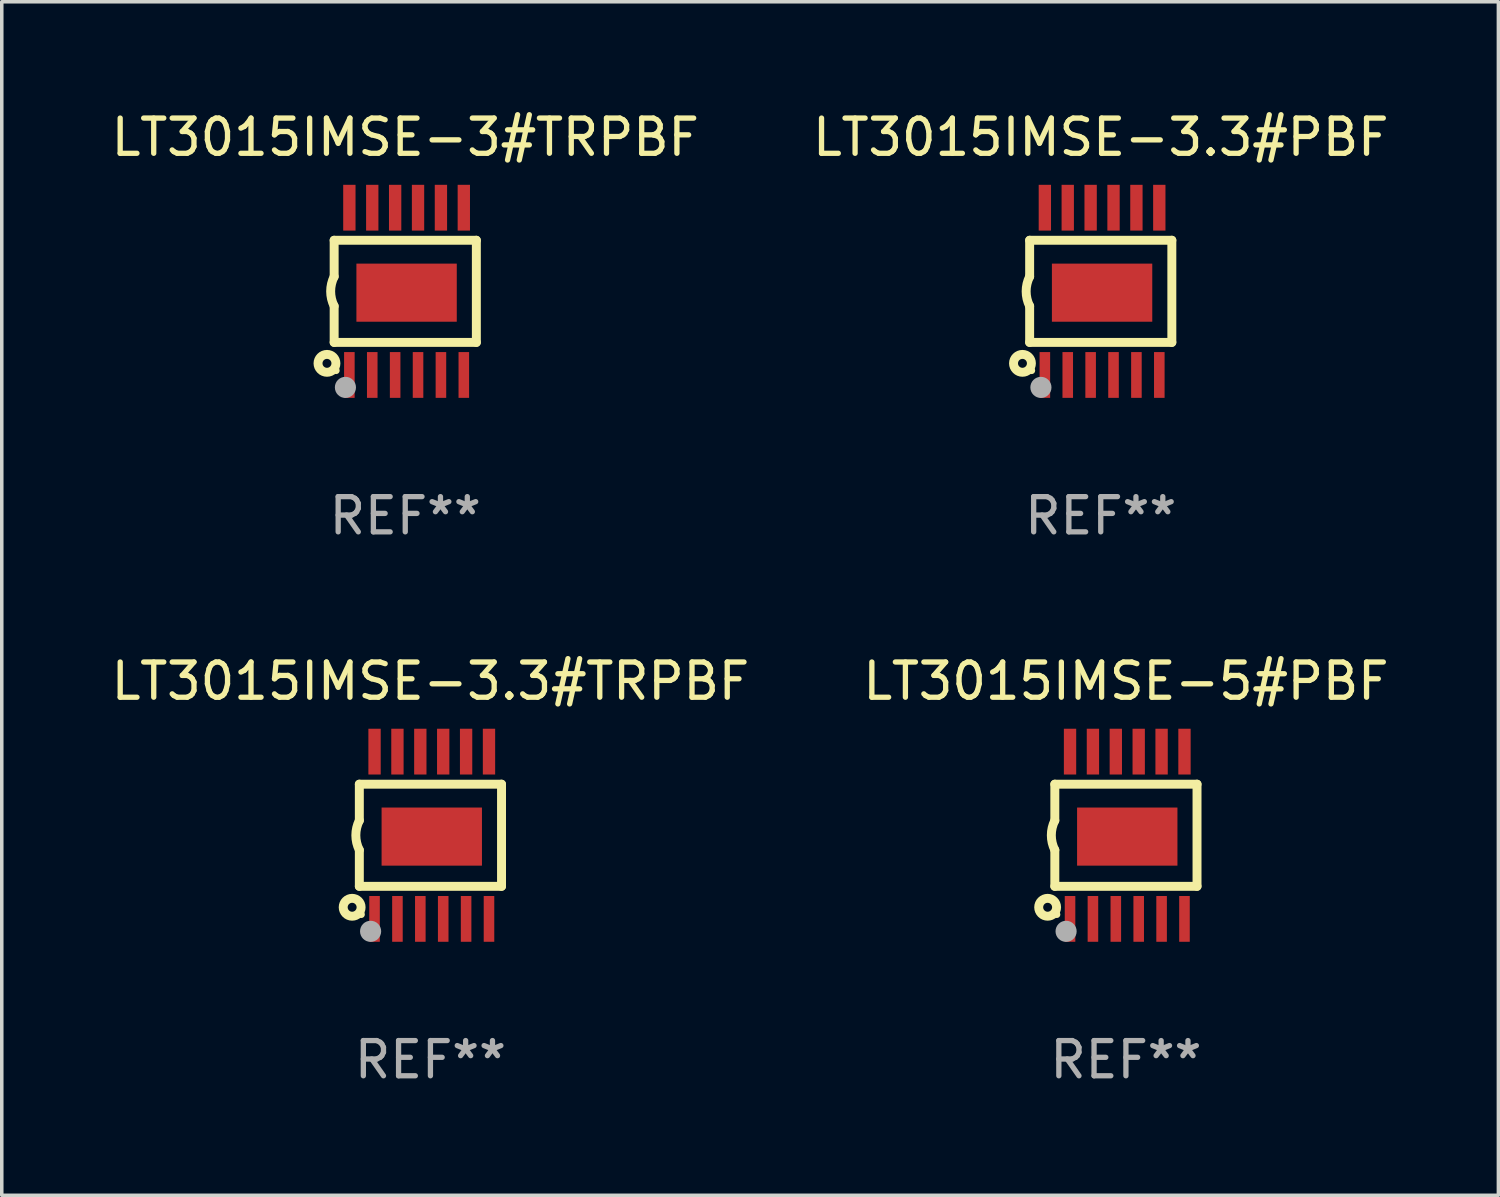
<source format=kicad_pcb>
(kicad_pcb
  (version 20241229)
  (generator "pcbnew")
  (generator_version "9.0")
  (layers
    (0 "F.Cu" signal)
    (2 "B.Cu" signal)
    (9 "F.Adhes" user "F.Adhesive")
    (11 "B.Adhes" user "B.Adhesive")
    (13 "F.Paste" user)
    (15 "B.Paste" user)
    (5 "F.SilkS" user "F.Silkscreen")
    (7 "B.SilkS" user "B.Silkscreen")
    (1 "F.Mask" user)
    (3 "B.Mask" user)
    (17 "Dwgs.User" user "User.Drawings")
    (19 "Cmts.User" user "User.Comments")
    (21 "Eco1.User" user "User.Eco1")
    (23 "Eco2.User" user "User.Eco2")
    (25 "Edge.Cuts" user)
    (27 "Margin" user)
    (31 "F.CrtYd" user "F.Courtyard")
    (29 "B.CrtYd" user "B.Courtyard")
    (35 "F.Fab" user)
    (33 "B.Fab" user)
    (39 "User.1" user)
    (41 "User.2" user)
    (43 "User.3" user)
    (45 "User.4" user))
  (footprint "LT3015IMSE-5#PBF"
    (layer "F.Cu")
    (at 28.923 20.669)
    (property "Reference" "LT3015IMSE-5#PBF" (at 0 -4.375 0) (layer "F.SilkS") (effects (font (size 1 1) (thickness 0.15))))
    (attr through_hole)
    (fp_line (start -2.019 -1.45) (end -2.019 -0.419) (stroke (width 0.254) (type solid)) (layer "F.SilkS"))
    (fp_line (start -2.019 1.45) (end -2.019 0.419) (stroke (width 0.254) (type solid)) (layer "F.SilkS"))
    (fp_line (start -2.019 1.45) (end 2.019 1.45) (stroke (width 0.254) (type solid)) (layer "F.SilkS"))
    (fp_line (start 2.019 -1.45) (end -2.019 -1.45) (stroke (width 0.254) (type solid)) (layer "F.SilkS"))
    (fp_line (start 2.019 -1.45) (end 2.019 1.45) (stroke (width 0.254) (type solid)) (layer "F.SilkS"))
    (fp_arc (start -2.019304 0.419101) (mid -2.11824 0) (end -2.019304 -0.419101) (stroke (width 0.254001) (type solid)) (layer "F.SilkS"))
    (fp_circle (center -2.223 2.045) (end -1.969 2.045) (stroke (width 0.254) (type solid)) (fill no) (layer "F.SilkS"))
    (fp_circle (center -1.962 2.25) (end -1.912 2.25) (stroke (width 0.1) (type solid)) (fill no) (layer "F.SilkS"))
    (fp_circle (center -1.699 2.728) (end -1.549 2.728) (stroke (width 0.3) (type solid)) (fill no) (layer "F.Fab"))
    (fp_text user "REF**" (at 0 6.375 0) (layer "F.Fab") (effects (font (size 1 1) (thickness 0.15))))
    (pad "1" smd rect (at -1.587 2.375) (size 0.3 1.3) (layers "F.Cu" "F.Mask" "F.Paste"))
    (pad "2" smd rect (at -0.937 2.375) (size 0.3 1.3) (layers "F.Cu" "F.Mask" "F.Paste"))
    (pad "3" smd rect (at -0.287 2.375) (size 0.3 1.3) (layers "F.Cu" "F.Mask" "F.Paste"))
    (pad "4" smd rect (at 0.363 2.375) (size 0.3 1.3) (layers "F.Cu" "F.Mask" "F.Paste"))
    (pad "5" smd rect (at 1.013 2.375) (size 0.3 1.3) (layers "F.Cu" "F.Mask" "F.Paste"))
    (pad "6" smd rect (at 1.663 2.375) (size 0.3 1.3) (layers "F.Cu" "F.Mask" "F.Paste"))
    (pad "7" smd rect (at 1.663 -2.375) (size 0.35 1.3) (layers "F.Cu" "F.Mask" "F.Paste"))
    (pad "8" smd rect (at 1.013 -2.375) (size 0.35 1.3) (layers "F.Cu" "F.Mask" "F.Paste"))
    (pad "9" smd rect (at 0.363 -2.375) (size 0.35 1.3) (layers "F.Cu" "F.Mask" "F.Paste"))
    (pad "10" smd rect (at -0.287 -2.375) (size 0.35 1.3) (layers "F.Cu" "F.Mask" "F.Paste"))
    (pad "11" smd rect (at -0.937 -2.375) (size 0.35 1.3) (layers "F.Cu" "F.Mask" "F.Paste"))
    (pad "12" smd rect (at -1.587 -2.375) (size 0.35 1.3) (layers "F.Cu" "F.Mask" "F.Paste"))
    (pad "13" smd rect (at 0.038 0.038) (size 2.85 1.65) (layers "F.Cu" "F.Mask" "F.Paste")))
  (footprint "LT3015IMSE-3.3#TRPBF"
    (layer "F.Cu")
    (at 9.173 20.669)
    (property "Reference" "LT3015IMSE-3.3#TRPBF" (at 0 -4.375 0) (layer "F.SilkS") (effects (font (size 1 1) (thickness 0.15))))
    (attr through_hole)
    (fp_line (start -2.019 -1.45) (end -2.019 -0.419) (stroke (width 0.254) (type solid)) (layer "F.SilkS"))
    (fp_line (start -2.019 1.45) (end -2.019 0.419) (stroke (width 0.254) (type solid)) (layer "F.SilkS"))
    (fp_line (start -2.019 1.45) (end 2.019 1.45) (stroke (width 0.254) (type solid)) (layer "F.SilkS"))
    (fp_line (start 2.019 -1.45) (end -2.019 -1.45) (stroke (width 0.254) (type solid)) (layer "F.SilkS"))
    (fp_line (start 2.019 -1.45) (end 2.019 1.45) (stroke (width 0.254) (type solid)) (layer "F.SilkS"))
    (fp_arc (start -2.019304 0.419101) (mid -2.11824 0) (end -2.019304 -0.419101) (stroke (width 0.254001) (type solid)) (layer "F.SilkS"))
    (fp_circle (center -2.223 2.045) (end -1.969 2.045) (stroke (width 0.254) (type solid)) (fill no) (layer "F.SilkS"))
    (fp_circle (center -1.962 2.25) (end -1.912 2.25) (stroke (width 0.1) (type solid)) (fill no) (layer "F.SilkS"))
    (fp_circle (center -1.699 2.728) (end -1.549 2.728) (stroke (width 0.3) (type solid)) (fill no) (layer "F.Fab"))
    (fp_text user "REF**" (at 0 6.375 0) (layer "F.Fab") (effects (font (size 1 1) (thickness 0.15))))
    (pad "1" smd rect (at -1.587 2.375) (size 0.3 1.3) (layers "F.Cu" "F.Mask" "F.Paste"))
    (pad "2" smd rect (at -0.937 2.375) (size 0.3 1.3) (layers "F.Cu" "F.Mask" "F.Paste"))
    (pad "3" smd rect (at -0.287 2.375) (size 0.3 1.3) (layers "F.Cu" "F.Mask" "F.Paste"))
    (pad "4" smd rect (at 0.363 2.375) (size 0.3 1.3) (layers "F.Cu" "F.Mask" "F.Paste"))
    (pad "5" smd rect (at 1.013 2.375) (size 0.3 1.3) (layers "F.Cu" "F.Mask" "F.Paste"))
    (pad "6" smd rect (at 1.663 2.375) (size 0.3 1.3) (layers "F.Cu" "F.Mask" "F.Paste"))
    (pad "7" smd rect (at 1.663 -2.375) (size 0.35 1.3) (layers "F.Cu" "F.Mask" "F.Paste"))
    (pad "8" smd rect (at 1.013 -2.375) (size 0.35 1.3) (layers "F.Cu" "F.Mask" "F.Paste"))
    (pad "9" smd rect (at 0.363 -2.375) (size 0.35 1.3) (layers "F.Cu" "F.Mask" "F.Paste"))
    (pad "10" smd rect (at -0.287 -2.375) (size 0.35 1.3) (layers "F.Cu" "F.Mask" "F.Paste"))
    (pad "11" smd rect (at -0.937 -2.375) (size 0.35 1.3) (layers "F.Cu" "F.Mask" "F.Paste"))
    (pad "12" smd rect (at -1.587 -2.375) (size 0.35 1.3) (layers "F.Cu" "F.Mask" "F.Paste"))
    (pad "13" smd rect (at 0.038 0.038) (size 2.85 1.65) (layers "F.Cu" "F.Mask" "F.Paste")))
  (footprint "LT3015IMSE-3.3#PBF"
    (layer "F.Cu")
    (at 28.208 5.223)
    (property "Reference" "LT3015IMSE-3.3#PBF" (at 0 -4.375 0) (layer "F.SilkS") (effects (font (size 1 1) (thickness 0.15))))
    (attr through_hole)
    (fp_line (start -2.019 -1.45) (end -2.019 -0.419) (stroke (width 0.254) (type solid)) (layer "F.SilkS"))
    (fp_line (start -2.019 1.45) (end -2.019 0.419) (stroke (width 0.254) (type solid)) (layer "F.SilkS"))
    (fp_line (start -2.019 1.45) (end 2.019 1.45) (stroke (width 0.254) (type solid)) (layer "F.SilkS"))
    (fp_line (start 2.019 -1.45) (end -2.019 -1.45) (stroke (width 0.254) (type solid)) (layer "F.SilkS"))
    (fp_line (start 2.019 -1.45) (end 2.019 1.45) (stroke (width 0.254) (type solid)) (layer "F.SilkS"))
    (fp_arc (start -2.019304 0.419101) (mid -2.11824 0) (end -2.019304 -0.419101) (stroke (width 0.254001) (type solid)) (layer "F.SilkS"))
    (fp_circle (center -2.223 2.045) (end -1.969 2.045) (stroke (width 0.254) (type solid)) (fill no) (layer "F.SilkS"))
    (fp_circle (center -1.962 2.25) (end -1.912 2.25) (stroke (width 0.1) (type solid)) (fill no) (layer "F.SilkS"))
    (fp_circle (center -1.699 2.728) (end -1.549 2.728) (stroke (width 0.3) (type solid)) (fill no) (layer "F.Fab"))
    (fp_text user "REF**" (at 0 6.375 0) (layer "F.Fab") (effects (font (size 1 1) (thickness 0.15))))
    (pad "1" smd rect (at -1.587 2.375) (size 0.3 1.3) (layers "F.Cu" "F.Mask" "F.Paste"))
    (pad "2" smd rect (at -0.937 2.375) (size 0.3 1.3) (layers "F.Cu" "F.Mask" "F.Paste"))
    (pad "3" smd rect (at -0.287 2.375) (size 0.3 1.3) (layers "F.Cu" "F.Mask" "F.Paste"))
    (pad "4" smd rect (at 0.363 2.375) (size 0.3 1.3) (layers "F.Cu" "F.Mask" "F.Paste"))
    (pad "5" smd rect (at 1.013 2.375) (size 0.3 1.3) (layers "F.Cu" "F.Mask" "F.Paste"))
    (pad "6" smd rect (at 1.663 2.375) (size 0.3 1.3) (layers "F.Cu" "F.Mask" "F.Paste"))
    (pad "7" smd rect (at 1.663 -2.375) (size 0.35 1.3) (layers "F.Cu" "F.Mask" "F.Paste"))
    (pad "8" smd rect (at 1.013 -2.375) (size 0.35 1.3) (layers "F.Cu" "F.Mask" "F.Paste"))
    (pad "9" smd rect (at 0.363 -2.375) (size 0.35 1.3) (layers "F.Cu" "F.Mask" "F.Paste"))
    (pad "10" smd rect (at -0.287 -2.375) (size 0.35 1.3) (layers "F.Cu" "F.Mask" "F.Paste"))
    (pad "11" smd rect (at -0.937 -2.375) (size 0.35 1.3) (layers "F.Cu" "F.Mask" "F.Paste"))
    (pad "12" smd rect (at -1.587 -2.375) (size 0.35 1.3) (layers "F.Cu" "F.Mask" "F.Paste"))
    (pad "13" smd rect (at 0.038 0.038) (size 2.85 1.65) (layers "F.Cu" "F.Mask" "F.Paste")))
  (footprint "LT3015IMSE-3#TRPBF"
    (layer "F.Cu")
    (at 8.458 5.223)
    (property "Reference" "LT3015IMSE-3#TRPBF" (at 0 -4.375 0) (layer "F.SilkS") (effects (font (size 1 1) (thickness 0.15))))
    (attr through_hole)
    (fp_line (start -2.019 -1.45) (end -2.019 -0.419) (stroke (width 0.254) (type solid)) (layer "F.SilkS"))
    (fp_line (start -2.019 1.45) (end -2.019 0.419) (stroke (width 0.254) (type solid)) (layer "F.SilkS"))
    (fp_line (start -2.019 1.45) (end 2.019 1.45) (stroke (width 0.254) (type solid)) (layer "F.SilkS"))
    (fp_line (start 2.019 -1.45) (end -2.019 -1.45) (stroke (width 0.254) (type solid)) (layer "F.SilkS"))
    (fp_line (start 2.019 -1.45) (end 2.019 1.45) (stroke (width 0.254) (type solid)) (layer "F.SilkS"))
    (fp_arc (start -2.019304 0.419101) (mid -2.11824 0) (end -2.019304 -0.419101) (stroke (width 0.254001) (type solid)) (layer "F.SilkS"))
    (fp_circle (center -2.223 2.045) (end -1.969 2.045) (stroke (width 0.254) (type solid)) (fill no) (layer "F.SilkS"))
    (fp_circle (center -1.962 2.25) (end -1.912 2.25) (stroke (width 0.1) (type solid)) (fill no) (layer "F.SilkS"))
    (fp_circle (center -1.699 2.728) (end -1.549 2.728) (stroke (width 0.3) (type solid)) (fill no) (layer "F.Fab"))
    (fp_text user "REF**" (at 0 6.375 0) (layer "F.Fab") (effects (font (size 1 1) (thickness 0.15))))
    (pad "1" smd rect (at -1.587 2.375) (size 0.3 1.3) (layers "F.Cu" "F.Mask" "F.Paste"))
    (pad "2" smd rect (at -0.937 2.375) (size 0.3 1.3) (layers "F.Cu" "F.Mask" "F.Paste"))
    (pad "3" smd rect (at -0.287 2.375) (size 0.3 1.3) (layers "F.Cu" "F.Mask" "F.Paste"))
    (pad "4" smd rect (at 0.363 2.375) (size 0.3 1.3) (layers "F.Cu" "F.Mask" "F.Paste"))
    (pad "5" smd rect (at 1.013 2.375) (size 0.3 1.3) (layers "F.Cu" "F.Mask" "F.Paste"))
    (pad "6" smd rect (at 1.663 2.375) (size 0.3 1.3) (layers "F.Cu" "F.Mask" "F.Paste"))
    (pad "7" smd rect (at 1.663 -2.375) (size 0.35 1.3) (layers "F.Cu" "F.Mask" "F.Paste"))
    (pad "8" smd rect (at 1.013 -2.375) (size 0.35 1.3) (layers "F.Cu" "F.Mask" "F.Paste"))
    (pad "9" smd rect (at 0.363 -2.375) (size 0.35 1.3) (layers "F.Cu" "F.Mask" "F.Paste"))
    (pad "10" smd rect (at -0.287 -2.375) (size 0.35 1.3) (layers "F.Cu" "F.Mask" "F.Paste"))
    (pad "11" smd rect (at -0.937 -2.375) (size 0.35 1.3) (layers "F.Cu" "F.Mask" "F.Paste"))
    (pad "12" smd rect (at -1.587 -2.375) (size 0.35 1.3) (layers "F.Cu" "F.Mask" "F.Paste"))
    (pad "13" smd rect (at 0.038 0.038) (size 2.85 1.65) (layers "F.Cu" "F.Mask" "F.Paste")))
  (gr_rect
    (start -3 -3)
    (end 39.5 30.893)
    (stroke (width 0.1) (type default))
    (fill no)
    (layer "Edge.Cuts")))
</source>
